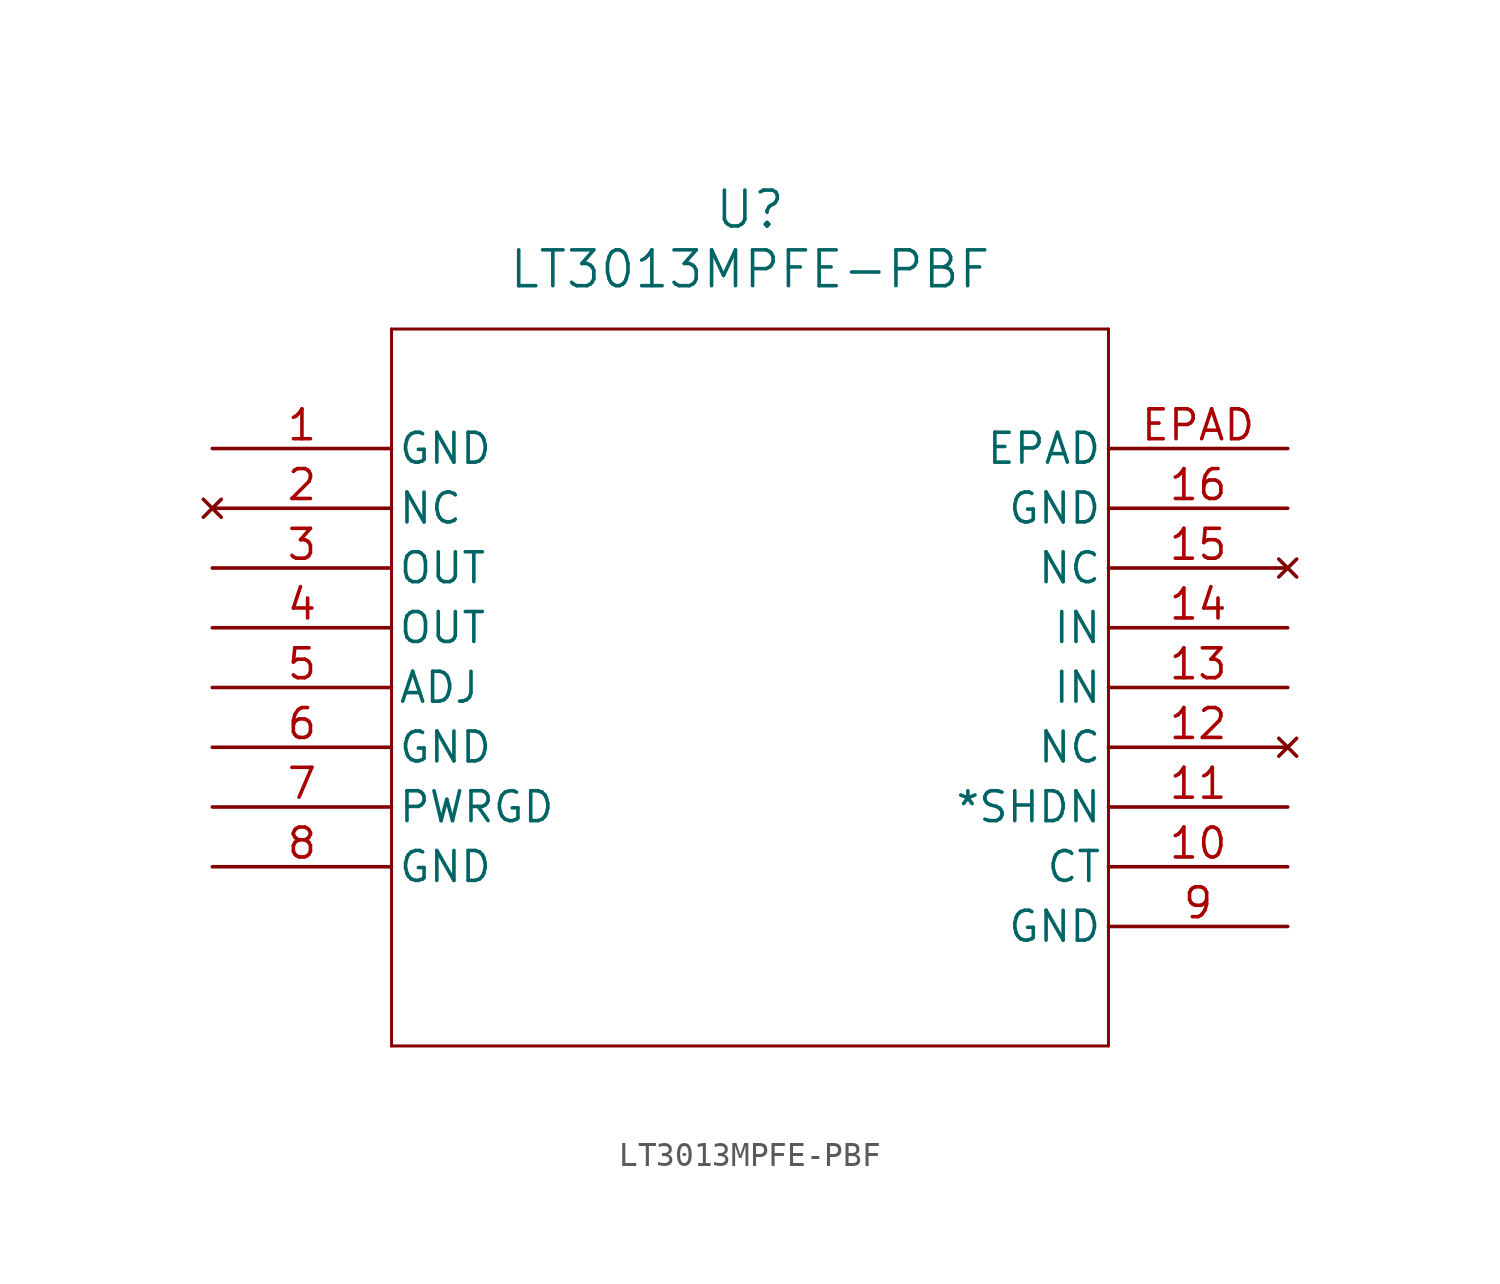
<source format=kicad_sym>
(kicad_symbol_lib
  (version 20211014)
  (generator kicad_symbol_editor)
  (symbol "LT3013MPFE-PBF"
    (pin_names
      (offset 0.254))
    (property "Reference" "U"
      (at 22.86 10.16 0)
      (effects (font (size 1.524 1.524))))
    (property "Value" "LT3013MPFE-PBF"
      (at 22.86 7.62 0)
      (effects (font (size 1.524 1.524))))
    (symbol "LT3013MPFE-PBF_0_1"
      (polyline (pts (xy 7.62 5.08) (xy 7.62 -25.4)) (stroke (width 0.127) (type default) (color 0 0 0 0)) (fill (type none)))
      (polyline (pts (xy 7.62 -25.4) (xy 38.1 -25.4)) (stroke (width 0.127) (type default) (color 0 0 0 0)) (fill (type none)))
      (polyline (pts (xy 38.1 -25.4) (xy 38.1 5.08)) (stroke (width 0.127) (type default) (color 0 0 0 0)) (fill (type none)))
      (polyline (pts (xy 38.1 5.08) (xy 7.62 5.08)) (stroke (width 0.127) (type default) (color 0 0 0 0)) (fill (type none)))
      (pin power_in line (at 0 0 0) (length 7.62) (name "GND" (effects (font (size 1.27 1.27)))) (number "1" (effects (font (size 1.27 1.27)))))
      (pin no_connect line (at 0 -2.54 0) (length 7.62) (name "NC" (effects (font (size 1.27 1.27)))) (number "2" (effects (font (size 1.27 1.27)))))
      (pin output line (at 0 -5.08 0) (length 7.62) (name "OUT" (effects (font (size 1.27 1.27)))) (number "3" (effects (font (size 1.27 1.27)))))
      (pin output line (at 0 -7.62 0) (length 7.62) (name "OUT" (effects (font (size 1.27 1.27)))) (number "4" (effects (font (size 1.27 1.27)))))
      (pin input line (at 0 -10.16 0) (length 7.62) (name "ADJ" (effects (font (size 1.27 1.27)))) (number "5" (effects (font (size 1.27 1.27)))))
      (pin power_in line (at 0 -12.7 0) (length 7.62) (name "GND" (effects (font (size 1.27 1.27)))) (number "6" (effects (font (size 1.27 1.27)))))
      (pin power_in line (at 0 -15.24 0) (length 7.62) (name "PWRGD" (effects (font (size 1.27 1.27)))) (number "7" (effects (font (size 1.27 1.27)))))
      (pin power_in line (at 0 -17.78 0) (length 7.62) (name "GND" (effects (font (size 1.27 1.27)))) (number "8" (effects (font (size 1.27 1.27)))))
      (pin power_in line (at 45.72 -20.32 180) (length 7.62) (name "GND" (effects (font (size 1.27 1.27)))) (number "9" (effects (font (size 1.27 1.27)))))
      (pin unspecified line (at 45.72 -17.78 180) (length 7.62) (name "CT" (effects (font (size 1.27 1.27)))) (number "10" (effects (font (size 1.27 1.27)))))
      (pin unspecified line (at 45.72 -15.24 180) (length 7.62) (name "*SHDN" (effects (font (size 1.27 1.27)))) (number "11" (effects (font (size 1.27 1.27)))))
      (pin no_connect line (at 45.72 -12.7 180) (length 7.62) (name "NC" (effects (font (size 1.27 1.27)))) (number "12" (effects (font (size 1.27 1.27)))))
      (pin input line (at 45.72 -10.16 180) (length 7.62) (name "IN" (effects (font (size 1.27 1.27)))) (number "13" (effects (font (size 1.27 1.27)))))
      (pin input line (at 45.72 -7.62 180) (length 7.62) (name "IN" (effects (font (size 1.27 1.27)))) (number "14" (effects (font (size 1.27 1.27)))))
      (pin no_connect line (at 45.72 -5.08 180) (length 7.62) (name "NC" (effects (font (size 1.27 1.27)))) (number "15" (effects (font (size 1.27 1.27)))))
      (pin power_in line (at 45.72 -2.54 180) (length 7.62) (name "GND" (effects (font (size 1.27 1.27)))) (number "16" (effects (font (size 1.27 1.27)))))
      (pin unspecified line (at 45.72 0 180) (length 7.62) (name "EPAD" (effects (font (size 1.27 1.27)))) (number "EPAD" (effects (font (size 1.27 1.27))))))))
</source>
